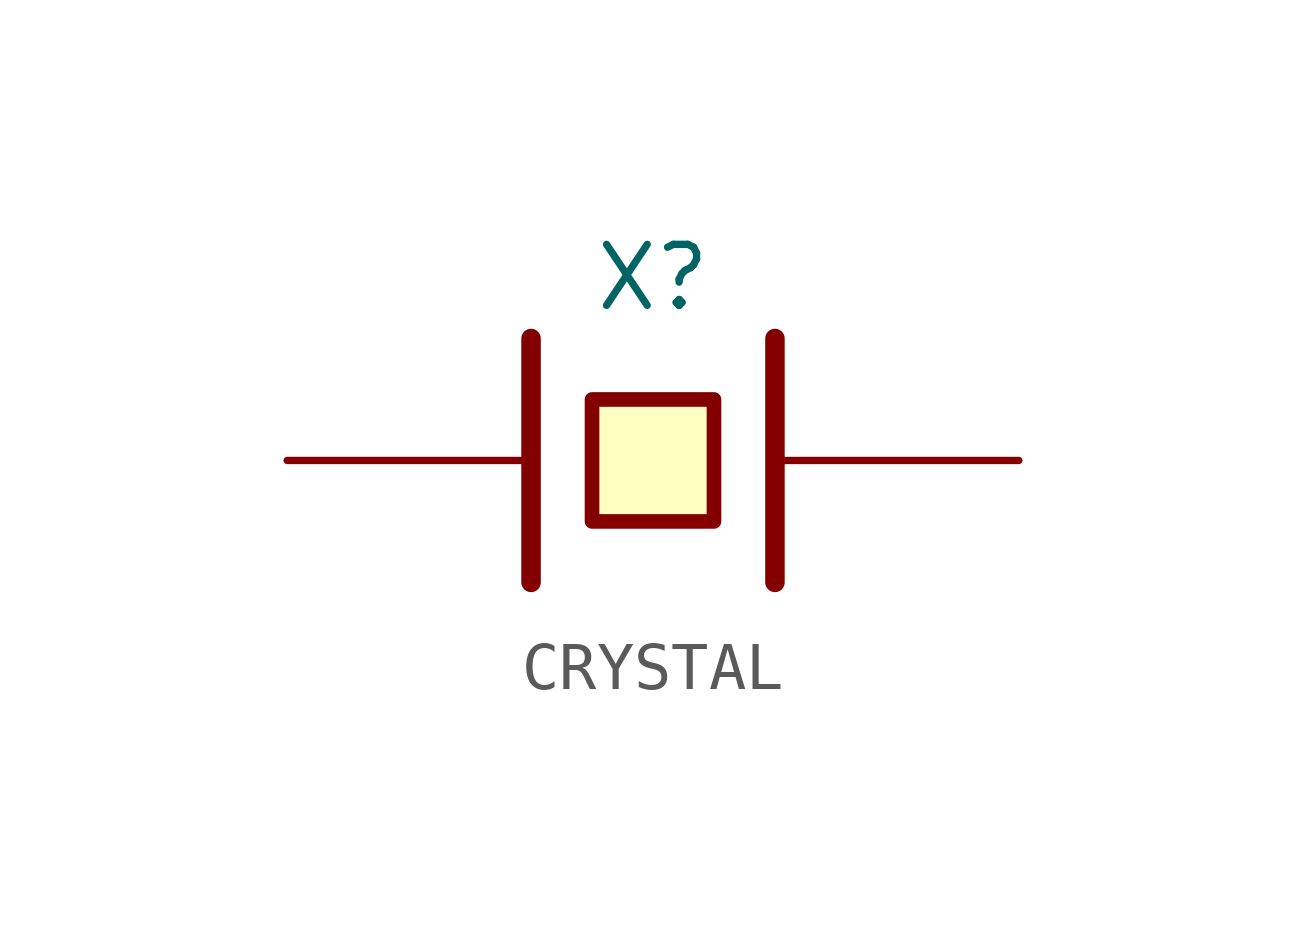
<source format=kicad_sym>
(kicad_symbol_lib
  (version 20211014)
  (generator kicad_symbol_editor)
  (symbol "CRYSTAL"
    (pin_numbers hide)
    (pin_names
      (offset 1.016) hide)
    (property "Reference" "X"
      (at 0 3.81 0)
      (effects (font (size 1.27 1.27))))
    (property "Footprint" ""
      (at 0 0 0)
      (effects (font (size 1.524 1.524))))
    (property "Datasheet" ""
      (at 0 0 0)
      (effects (font (size 1.524 1.524))))
    (symbol "CRYSTAL_0_1"
      (polyline (pts (xy -2.54 2.54) (xy -2.54 -2.54)) (stroke (width 0.406) (type default) (color 0 0 0 0)) (fill (type none)))
      (polyline (pts (xy 2.54 2.54) (xy 2.54 -2.54)) (stroke (width 0.406) (type default) (color 0 0 0 0)) (fill (type none)))
      (polyline (pts (xy -1.27 1.27) (xy 1.27 1.27) (xy 1.27 -1.27) (xy -1.27 -1.27) (xy -1.27 1.27)) (stroke (width 0.305) (type default) (color 0 0 0 0)) (fill (type background))))
    (symbol "CRYSTAL_1_1"
      (pin passive line (at -7.62 0 0) (length 5.08) (name "1" (effects (font (size 1.016 1.016)))) (number "1" (effects (font (size 1.016 1.016)))))
      (pin passive line (at 7.62 0 180) (length 5.08) (name "2" (effects (font (size 1.016 1.016)))) (number "2" (effects (font (size 1.016 1.016))))))))
</source>
